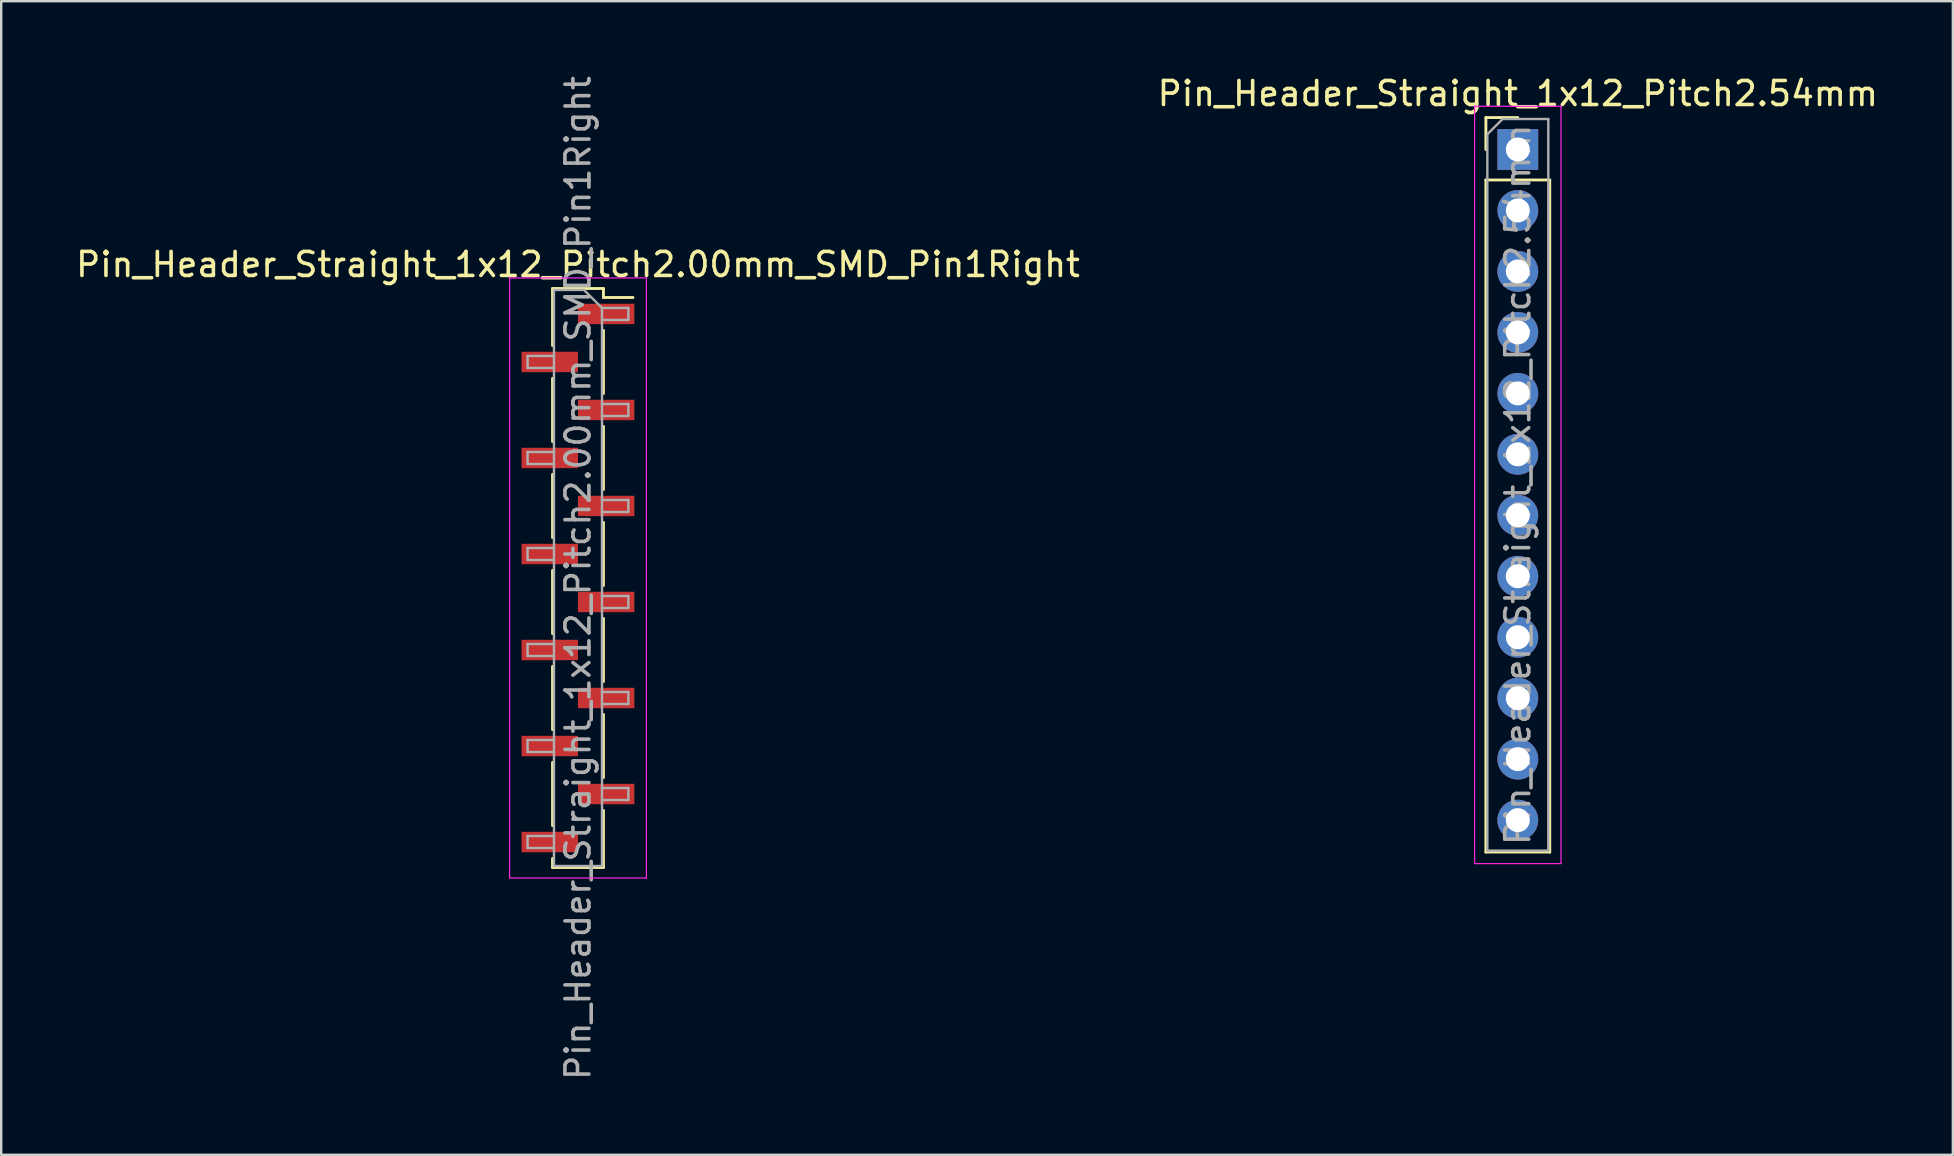
<source format=kicad_pcb>
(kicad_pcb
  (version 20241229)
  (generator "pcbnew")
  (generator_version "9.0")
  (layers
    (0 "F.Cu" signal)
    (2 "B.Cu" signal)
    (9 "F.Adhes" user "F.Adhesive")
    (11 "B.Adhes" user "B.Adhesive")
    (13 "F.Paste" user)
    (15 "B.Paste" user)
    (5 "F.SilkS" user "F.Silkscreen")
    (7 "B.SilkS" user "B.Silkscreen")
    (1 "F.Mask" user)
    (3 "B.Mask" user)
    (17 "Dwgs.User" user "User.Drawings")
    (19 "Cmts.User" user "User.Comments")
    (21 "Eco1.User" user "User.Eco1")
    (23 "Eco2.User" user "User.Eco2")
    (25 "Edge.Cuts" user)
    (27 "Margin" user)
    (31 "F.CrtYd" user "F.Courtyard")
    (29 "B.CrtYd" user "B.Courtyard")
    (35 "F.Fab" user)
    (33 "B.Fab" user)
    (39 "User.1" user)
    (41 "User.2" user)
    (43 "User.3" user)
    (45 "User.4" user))
  (footprint "Pin_Header_Straight_1x12_Pitch2.00mm_SMD_Pin1Right"
    (layer "F.Cu")
    (at 21.03 21.03)
    (property "Reference" "Pin_Header_Straight_1x12_Pitch2.00mm_SMD_Pin1Right" (at 0 -13.06 0) (layer "F.SilkS") (effects (font (size 1 1) (thickness 0.15))))
    (attr smd)
    (fp_line (start -1.06 -12.06) (end -1.06 -9.685) (stroke (width 0.12) (type solid)) (layer "F.SilkS"))
    (fp_line (start -1.06 -12.06) (end 1.06 -12.06) (stroke (width 0.12) (type solid)) (layer "F.SilkS"))
    (fp_line (start -1.06 -8.315) (end -1.06 -5.685) (stroke (width 0.12) (type solid)) (layer "F.SilkS"))
    (fp_line (start -1.06 -4.315) (end -1.06 -1.685) (stroke (width 0.12) (type solid)) (layer "F.SilkS"))
    (fp_line (start -1.06 -0.315) (end -1.06 2.315) (stroke (width 0.12) (type solid)) (layer "F.SilkS"))
    (fp_line (start -1.06 3.685) (end -1.06 6.315) (stroke (width 0.12) (type solid)) (layer "F.SilkS"))
    (fp_line (start -1.06 7.685) (end -1.06 10.315) (stroke (width 0.12) (type solid)) (layer "F.SilkS"))
    (fp_line (start -1.06 11.685) (end -1.06 12.06) (stroke (width 0.12) (type solid)) (layer "F.SilkS"))
    (fp_line (start -1.06 12.06) (end 1.06 12.06) (stroke (width 0.12) (type solid)) (layer "F.SilkS"))
    (fp_line (start 1.06 -12.06) (end 1.06 -11.685) (stroke (width 0.12) (type solid)) (layer "F.SilkS"))
    (fp_line (start 1.06 -11.685) (end 2.29 -11.685) (stroke (width 0.12) (type solid)) (layer "F.SilkS"))
    (fp_line (start 1.06 -10.315) (end 1.06 -7.685) (stroke (width 0.12) (type solid)) (layer "F.SilkS"))
    (fp_line (start 1.06 -6.315) (end 1.06 -3.685) (stroke (width 0.12) (type solid)) (layer "F.SilkS"))
    (fp_line (start 1.06 -2.315) (end 1.06 0.315) (stroke (width 0.12) (type solid)) (layer "F.SilkS"))
    (fp_line (start 1.06 1.685) (end 1.06 4.315) (stroke (width 0.12) (type solid)) (layer "F.SilkS"))
    (fp_line (start 1.06 5.685) (end 1.06 8.315) (stroke (width 0.12) (type solid)) (layer "F.SilkS"))
    (fp_line (start 1.06 9.685) (end 1.06 12.06) (stroke (width 0.12) (type solid)) (layer "F.SilkS"))
    (fp_line (start -2.85 -12.5) (end -2.85 12.5) (stroke (width 0.05) (type solid)) (layer "F.CrtYd"))
    (fp_line (start -2.85 12.5) (end 2.85 12.5) (stroke (width 0.05) (type solid)) (layer "F.CrtYd"))
    (fp_line (start 2.85 -12.5) (end -2.85 -12.5) (stroke (width 0.05) (type solid)) (layer "F.CrtYd"))
    (fp_line (start 2.85 12.5) (end 2.85 -12.5) (stroke (width 0.05) (type solid)) (layer "F.CrtYd"))
    (fp_line (start -2.1 -9.25) (end -2.1 -8.75) (stroke (width 0.1) (type solid)) (layer "F.Fab"))
    (fp_line (start -2.1 -8.75) (end -1 -8.75) (stroke (width 0.1) (type solid)) (layer "F.Fab"))
    (fp_line (start -2.1 -5.25) (end -2.1 -4.75) (stroke (width 0.1) (type solid)) (layer "F.Fab"))
    (fp_line (start -2.1 -4.75) (end -1 -4.75) (stroke (width 0.1) (type solid)) (layer "F.Fab"))
    (fp_line (start -2.1 -1.25) (end -2.1 -0.75) (stroke (width 0.1) (type solid)) (layer "F.Fab"))
    (fp_line (start -2.1 -0.75) (end -1 -0.75) (stroke (width 0.1) (type solid)) (layer "F.Fab"))
    (fp_line (start -2.1 2.75) (end -2.1 3.25) (stroke (width 0.1) (type solid)) (layer "F.Fab"))
    (fp_line (start -2.1 3.25) (end -1 3.25) (stroke (width 0.1) (type solid)) (layer "F.Fab"))
    (fp_line (start -2.1 6.75) (end -2.1 7.25) (stroke (width 0.1) (type solid)) (layer "F.Fab"))
    (fp_line (start -2.1 7.25) (end -1 7.25) (stroke (width 0.1) (type solid)) (layer "F.Fab"))
    (fp_line (start -2.1 10.75) (end -2.1 11.25) (stroke (width 0.1) (type solid)) (layer "F.Fab"))
    (fp_line (start -2.1 11.25) (end -1 11.25) (stroke (width 0.1) (type solid)) (layer "F.Fab"))
    (fp_line (start -1 -12) (end -1 12) (stroke (width 0.1) (type solid)) (layer "F.Fab"))
    (fp_line (start -1 -12) (end 0.25 -12) (stroke (width 0.1) (type solid)) (layer "F.Fab"))
    (fp_line (start -1 -9.25) (end -2.1 -9.25) (stroke (width 0.1) (type solid)) (layer "F.Fab"))
    (fp_line (start -1 -5.25) (end -2.1 -5.25) (stroke (width 0.1) (type solid)) (layer "F.Fab"))
    (fp_line (start -1 -1.25) (end -2.1 -1.25) (stroke (width 0.1) (type solid)) (layer "F.Fab"))
    (fp_line (start -1 2.75) (end -2.1 2.75) (stroke (width 0.1) (type solid)) (layer "F.Fab"))
    (fp_line (start -1 6.75) (end -2.1 6.75) (stroke (width 0.1) (type solid)) (layer "F.Fab"))
    (fp_line (start -1 10.75) (end -2.1 10.75) (stroke (width 0.1) (type solid)) (layer "F.Fab"))
    (fp_line (start 1 -11.25) (end 0.25 -12) (stroke (width 0.1) (type solid)) (layer "F.Fab"))
    (fp_line (start 1 -11.25) (end 2.1 -11.25) (stroke (width 0.1) (type solid)) (layer "F.Fab"))
    (fp_line (start 1 -7.25) (end 2.1 -7.25) (stroke (width 0.1) (type solid)) (layer "F.Fab"))
    (fp_line (start 1 -3.25) (end 2.1 -3.25) (stroke (width 0.1) (type solid)) (layer "F.Fab"))
    (fp_line (start 1 0.75) (end 2.1 0.75) (stroke (width 0.1) (type solid)) (layer "F.Fab"))
    (fp_line (start 1 4.75) (end 2.1 4.75) (stroke (width 0.1) (type solid)) (layer "F.Fab"))
    (fp_line (start 1 8.75) (end 2.1 8.75) (stroke (width 0.1) (type solid)) (layer "F.Fab"))
    (fp_line (start 1 12) (end -1 12) (stroke (width 0.1) (type solid)) (layer "F.Fab"))
    (fp_line (start 1 12) (end 1 -11.25) (stroke (width 0.1) (type solid)) (layer "F.Fab"))
    (fp_line (start 2.1 -11.25) (end 2.1 -10.75) (stroke (width 0.1) (type solid)) (layer "F.Fab"))
    (fp_line (start 2.1 -10.75) (end 1 -10.75) (stroke (width 0.1) (type solid)) (layer "F.Fab"))
    (fp_line (start 2.1 -7.25) (end 2.1 -6.75) (stroke (width 0.1) (type solid)) (layer "F.Fab"))
    (fp_line (start 2.1 -6.75) (end 1 -6.75) (stroke (width 0.1) (type solid)) (layer "F.Fab"))
    (fp_line (start 2.1 -3.25) (end 2.1 -2.75) (stroke (width 0.1) (type solid)) (layer "F.Fab"))
    (fp_line (start 2.1 -2.75) (end 1 -2.75) (stroke (width 0.1) (type solid)) (layer "F.Fab"))
    (fp_line (start 2.1 0.75) (end 2.1 1.25) (stroke (width 0.1) (type solid)) (layer "F.Fab"))
    (fp_line (start 2.1 1.25) (end 1 1.25) (stroke (width 0.1) (type solid)) (layer "F.Fab"))
    (fp_line (start 2.1 4.75) (end 2.1 5.25) (stroke (width 0.1) (type solid)) (layer "F.Fab"))
    (fp_line (start 2.1 5.25) (end 1 5.25) (stroke (width 0.1) (type solid)) (layer "F.Fab"))
    (fp_line (start 2.1 8.75) (end 2.1 9.25) (stroke (width 0.1) (type solid)) (layer "F.Fab"))
    (fp_line (start 2.1 9.25) (end 1 9.25) (stroke (width 0.1) (type solid)) (layer "F.Fab"))
    (fp_text user "${REFERENCE}" (at 0 0 90) (layer "F.Fab") (effects (font (size 1 1) (thickness 0.15))))
    (pad "1" smd rect (at 1.175 -11) (size 2.35 0.85) (layers "F.Cu" "F.Mask" "F.Paste"))
    (pad "2" smd rect (at -1.175 -9) (size 2.35 0.85) (layers "F.Cu" "F.Mask" "F.Paste"))
    (pad "3" smd rect (at 1.175 -7) (size 2.35 0.85) (layers "F.Cu" "F.Mask" "F.Paste"))
    (pad "4" smd rect (at -1.175 -5) (size 2.35 0.85) (layers "F.Cu" "F.Mask" "F.Paste"))
    (pad "5" smd rect (at 1.175 -3) (size 2.35 0.85) (layers "F.Cu" "F.Mask" "F.Paste"))
    (pad "6" smd rect (at -1.175 -1) (size 2.35 0.85) (layers "F.Cu" "F.Mask" "F.Paste"))
    (pad "7" smd rect (at 1.175 1) (size 2.35 0.85) (layers "F.Cu" "F.Mask" "F.Paste"))
    (pad "8" smd rect (at -1.175 3) (size 2.35 0.85) (layers "F.Cu" "F.Mask" "F.Paste"))
    (pad "9" smd rect (at 1.175 5) (size 2.35 0.85) (layers "F.Cu" "F.Mask" "F.Paste"))
    (pad "10" smd rect (at -1.175 7) (size 2.35 0.85) (layers "F.Cu" "F.Mask" "F.Paste"))
    (pad "11" smd rect (at 1.175 9) (size 2.35 0.85) (layers "F.Cu" "F.Mask" "F.Paste"))
    (pad "12" smd rect (at -1.175 11) (size 2.35 0.85) (layers "F.Cu" "F.Mask" "F.Paste")))
  (footprint "Pin_Header_Straight_1x12_Pitch2.54mm"
    (layer "F.Cu")
    (at 60.185 3.178)
    (property "Reference" "Pin_Header_Straight_1x12_Pitch2.54mm" (at 0 -2.33 0) (layer "F.SilkS") (effects (font (size 1 1) (thickness 0.15))))
    (attr through_hole)
    (fp_line (start -1.33 -1.33) (end 0 -1.33) (stroke (width 0.12) (type solid)) (layer "F.SilkS"))
    (fp_line (start -1.33 0) (end -1.33 -1.33) (stroke (width 0.12) (type solid)) (layer "F.SilkS"))
    (fp_line (start -1.33 1.27) (end -1.33 29.27) (stroke (width 0.12) (type solid)) (layer "F.SilkS"))
    (fp_line (start -1.33 1.27) (end 1.33 1.27) (stroke (width 0.12) (type solid)) (layer "F.SilkS"))
    (fp_line (start -1.33 29.27) (end 1.33 29.27) (stroke (width 0.12) (type solid)) (layer "F.SilkS"))
    (fp_line (start 1.33 1.27) (end 1.33 29.27) (stroke (width 0.12) (type solid)) (layer "F.SilkS"))
    (fp_line (start -1.8 -1.8) (end -1.8 29.75) (stroke (width 0.05) (type solid)) (layer "F.CrtYd"))
    (fp_line (start -1.8 29.75) (end 1.8 29.75) (stroke (width 0.05) (type solid)) (layer "F.CrtYd"))
    (fp_line (start 1.8 -1.8) (end -1.8 -1.8) (stroke (width 0.05) (type solid)) (layer "F.CrtYd"))
    (fp_line (start 1.8 29.75) (end 1.8 -1.8) (stroke (width 0.05) (type solid)) (layer "F.CrtYd"))
    (fp_line (start -1.27 -0.635) (end -0.635 -1.27) (stroke (width 0.1) (type solid)) (layer "F.Fab"))
    (fp_line (start -1.27 29.21) (end -1.27 -0.635) (stroke (width 0.1) (type solid)) (layer "F.Fab"))
    (fp_line (start -0.635 -1.27) (end 1.27 -1.27) (stroke (width 0.1) (type solid)) (layer "F.Fab"))
    (fp_line (start 1.27 -1.27) (end 1.27 29.21) (stroke (width 0.1) (type solid)) (layer "F.Fab"))
    (fp_line (start 1.27 29.21) (end -1.27 29.21) (stroke (width 0.1) (type solid)) (layer "F.Fab"))
    (fp_text user "${REFERENCE}" (at 0 13.97 90) (layer "F.Fab") (effects (font (size 1 1) (thickness 0.15))))
    (pad "1" thru_hole rect (at 0 0) (size 1.7 1.7) (drill 1) (layers "*.Cu" "*.Mask"))
    (pad "2" thru_hole oval (at 0 2.54) (size 1.7 1.7) (drill 1) (layers "*.Cu" "*.Mask"))
    (pad "3" thru_hole oval (at 0 5.08) (size 1.7 1.7) (drill 1) (layers "*.Cu" "*.Mask"))
    (pad "4" thru_hole oval (at 0 7.62) (size 1.7 1.7) (drill 1) (layers "*.Cu" "*.Mask"))
    (pad "5" thru_hole oval (at 0 10.16) (size 1.7 1.7) (drill 1) (layers "*.Cu" "*.Mask"))
    (pad "6" thru_hole oval (at 0 12.7) (size 1.7 1.7) (drill 1) (layers "*.Cu" "*.Mask"))
    (pad "7" thru_hole oval (at 0 15.24) (size 1.7 1.7) (drill 1) (layers "*.Cu" "*.Mask"))
    (pad "8" thru_hole oval (at 0 17.78) (size 1.7 1.7) (drill 1) (layers "*.Cu" "*.Mask"))
    (pad "9" thru_hole oval (at 0 20.32) (size 1.7 1.7) (drill 1) (layers "*.Cu" "*.Mask"))
    (pad "10" thru_hole oval (at 0 22.86) (size 1.7 1.7) (drill 1) (layers "*.Cu" "*.Mask"))
    (pad "11" thru_hole oval (at 0 25.4) (size 1.7 1.7) (drill 1) (layers "*.Cu" "*.Mask"))
    (pad "12" thru_hole oval (at 0 27.94) (size 1.7 1.7) (drill 1) (layers "*.Cu" "*.Mask")))
  (gr_rect
    (start -3 -3)
    (end 78.31 45.06)
    (stroke (width 0.1) (type default))
    (fill no)
    (layer "Edge.Cuts")))
</source>
